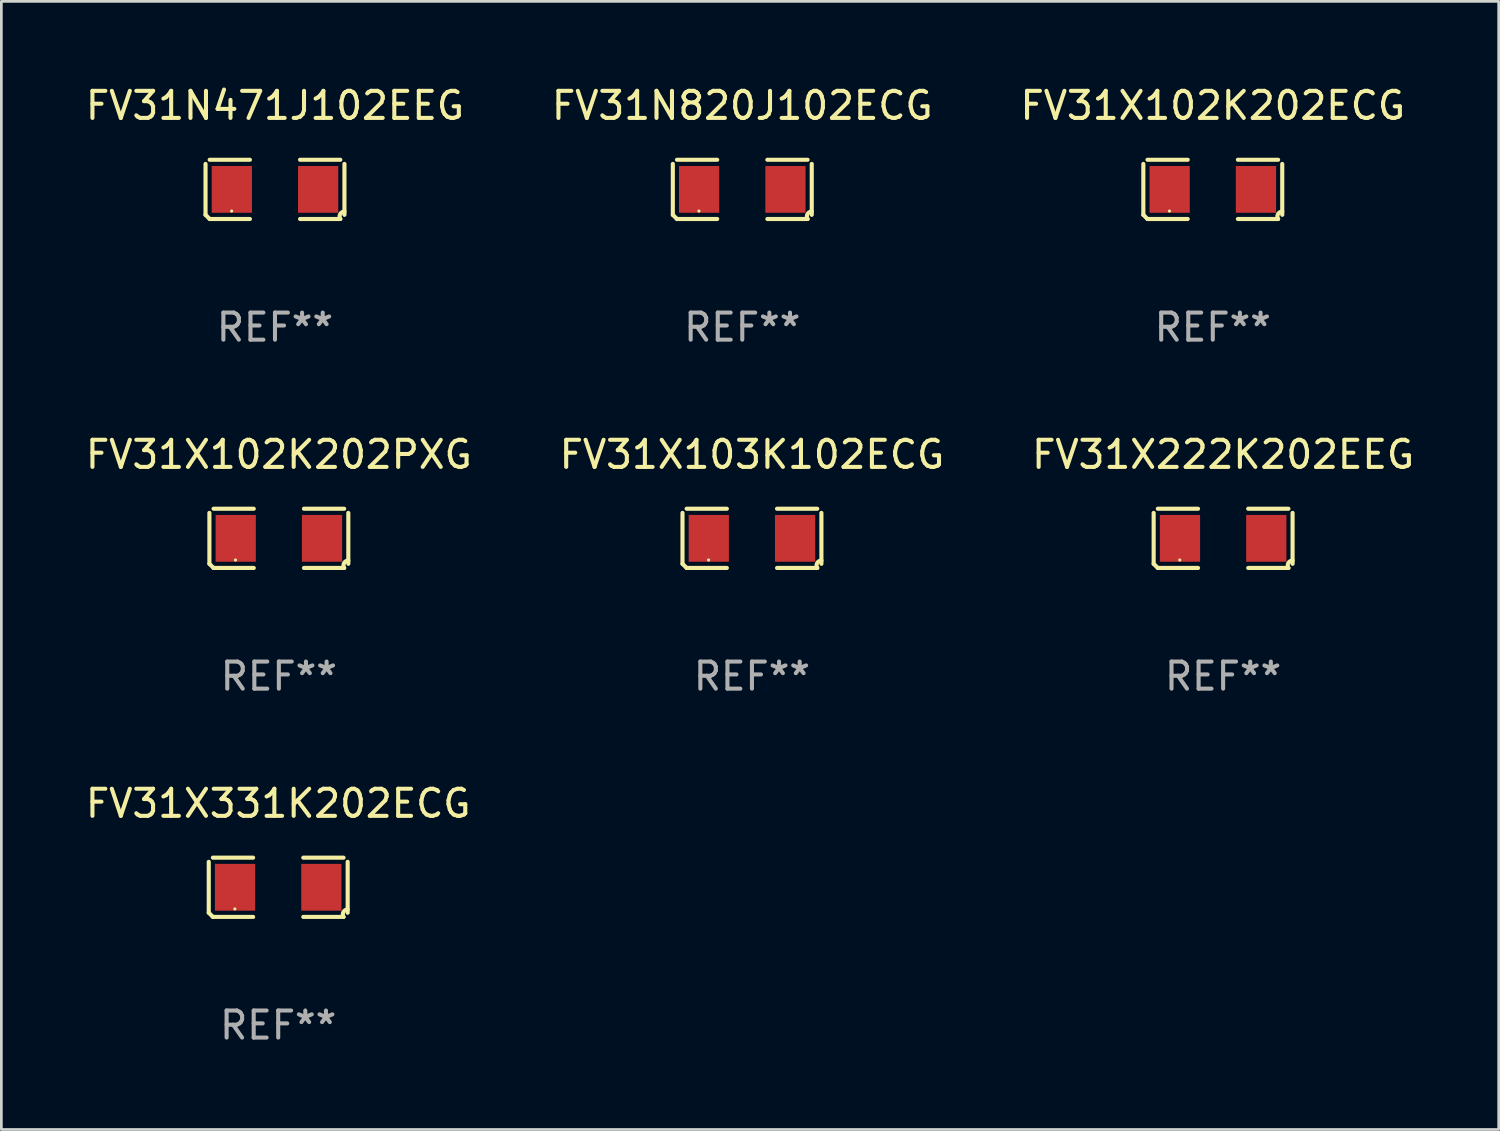
<source format=kicad_pcb>
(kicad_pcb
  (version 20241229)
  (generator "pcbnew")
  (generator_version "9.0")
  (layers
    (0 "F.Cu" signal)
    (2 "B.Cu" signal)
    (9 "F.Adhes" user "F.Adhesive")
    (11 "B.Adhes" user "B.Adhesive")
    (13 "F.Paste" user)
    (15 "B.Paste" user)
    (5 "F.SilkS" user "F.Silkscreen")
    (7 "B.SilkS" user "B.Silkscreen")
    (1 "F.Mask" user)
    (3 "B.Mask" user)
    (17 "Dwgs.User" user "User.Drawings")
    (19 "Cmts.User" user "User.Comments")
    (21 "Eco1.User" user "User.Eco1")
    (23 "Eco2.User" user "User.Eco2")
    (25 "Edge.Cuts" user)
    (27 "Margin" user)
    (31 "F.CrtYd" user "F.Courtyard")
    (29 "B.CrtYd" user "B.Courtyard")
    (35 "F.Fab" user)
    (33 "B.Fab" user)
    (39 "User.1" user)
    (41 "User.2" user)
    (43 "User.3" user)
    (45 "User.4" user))
  (footprint "FV31X103K102ECG"
    (layer "F.Cu")
    (at 24.708 16.823)
    (property "Reference" "FV31X103K102ECG" (at 0 -3.093 0) (layer "F.SilkS") (effects (font (size 1 1) (thickness 0.15))))
    (attr through_hole)
    (fp_line (start -2.564 0.94) (end -2.564 -0.94) (stroke (width 0.152) (type solid)) (layer "F.SilkS"))
    (fp_line (start -2.411 -1.093) (end -0.926 -1.093) (stroke (width 0.152) (type solid)) (layer "F.SilkS"))
    (fp_line (start -0.926 1.093) (end -2.411 1.093) (stroke (width 0.152) (type solid)) (layer "F.SilkS"))
    (fp_line (start 0.926 1.093) (end 2.411 1.093) (stroke (width 0.152) (type solid)) (layer "F.SilkS"))
    (fp_line (start 2.411 -1.093) (end 0.926 -1.093) (stroke (width 0.152) (type solid)) (layer "F.SilkS"))
    (fp_line (start 2.564 0.94) (end 2.564 -0.94) (stroke (width 0.152) (type solid)) (layer "F.SilkS"))
    (fp_arc (start -2.411201 1.092609) (mid -2.487413 1.01642) (end -2.563602 0.940208) (stroke (width 0.1524) (type solid)) (layer "F.SilkS"))
    (fp_arc (start 2.411201 1.092609) (mid 2.407159 0.911226) (end 2.563602 0.819347) (stroke (width 0.1524) (type solid)) (layer "F.SilkS"))
    (fp_circle (center -1.6 0.8) (end -1.57 0.8) (stroke (width 0.06) (type solid)) (fill no) (layer "F.SilkS"))
    (fp_text user "REF**" (at 0 5.093 0) (layer "F.Fab") (effects (font (size 1 1) (thickness 0.15))))
    (pad "1" smd rect (at -1.593 0) (size 1.485 1.728) (layers "F.Cu" "F.Mask" "F.Paste"))
    (pad "2" smd rect (at 1.593 0) (size 1.485 1.728) (layers "F.Cu" "F.Mask" "F.Paste")))
  (footprint "FV31N820J102ECG"
    (layer "F.Cu")
    (at 24.351 3.941)
    (property "Reference" "FV31N820J102ECG" (at 0 -3.093 0) (layer "F.SilkS") (effects (font (size 1 1) (thickness 0.15))))
    (attr through_hole)
    (fp_line (start -2.564 0.94) (end -2.564 -0.94) (stroke (width 0.152) (type solid)) (layer "F.SilkS"))
    (fp_line (start -2.411 -1.093) (end -0.926 -1.093) (stroke (width 0.152) (type solid)) (layer "F.SilkS"))
    (fp_line (start -0.926 1.093) (end -2.411 1.093) (stroke (width 0.152) (type solid)) (layer "F.SilkS"))
    (fp_line (start 0.926 1.093) (end 2.411 1.093) (stroke (width 0.152) (type solid)) (layer "F.SilkS"))
    (fp_line (start 2.411 -1.093) (end 0.926 -1.093) (stroke (width 0.152) (type solid)) (layer "F.SilkS"))
    (fp_line (start 2.564 0.94) (end 2.564 -0.94) (stroke (width 0.152) (type solid)) (layer "F.SilkS"))
    (fp_arc (start -2.411201 1.092609) (mid -2.487413 1.01642) (end -2.563602 0.940208) (stroke (width 0.1524) (type solid)) (layer "F.SilkS"))
    (fp_arc (start 2.411201 1.092609) (mid 2.407159 0.911226) (end 2.563602 0.819347) (stroke (width 0.1524) (type solid)) (layer "F.SilkS"))
    (fp_circle (center -1.6 0.8) (end -1.57 0.8) (stroke (width 0.06) (type solid)) (fill no) (layer "F.SilkS"))
    (fp_text user "REF**" (at 0 5.093 0) (layer "F.Fab") (effects (font (size 1 1) (thickness 0.15))))
    (pad "1" smd rect (at -1.593 0) (size 1.485 1.728) (layers "F.Cu" "F.Mask" "F.Paste"))
    (pad "2" smd rect (at 1.593 0) (size 1.485 1.728) (layers "F.Cu" "F.Mask" "F.Paste")))
  (footprint "FV31X331K202ECG"
    (layer "F.Cu")
    (at 7.22 29.704)
    (property "Reference" "FV31X331K202ECG" (at 0 -3.093 0) (layer "F.SilkS") (effects (font (size 1 1) (thickness 0.15))))
    (attr through_hole)
    (fp_line (start -2.564 0.94) (end -2.564 -0.94) (stroke (width 0.152) (type solid)) (layer "F.SilkS"))
    (fp_line (start -2.411 -1.093) (end -0.926 -1.093) (stroke (width 0.152) (type solid)) (layer "F.SilkS"))
    (fp_line (start -0.926 1.093) (end -2.411 1.093) (stroke (width 0.152) (type solid)) (layer "F.SilkS"))
    (fp_line (start 0.926 1.093) (end 2.411 1.093) (stroke (width 0.152) (type solid)) (layer "F.SilkS"))
    (fp_line (start 2.411 -1.093) (end 0.926 -1.093) (stroke (width 0.152) (type solid)) (layer "F.SilkS"))
    (fp_line (start 2.564 0.94) (end 2.564 -0.94) (stroke (width 0.152) (type solid)) (layer "F.SilkS"))
    (fp_arc (start -2.411201 1.092609) (mid -2.487413 1.01642) (end -2.563602 0.940208) (stroke (width 0.1524) (type solid)) (layer "F.SilkS"))
    (fp_arc (start 2.411201 1.092609) (mid 2.407159 0.911226) (end 2.563602 0.819347) (stroke (width 0.1524) (type solid)) (layer "F.SilkS"))
    (fp_circle (center -1.6 0.8) (end -1.57 0.8) (stroke (width 0.06) (type solid)) (fill no) (layer "F.SilkS"))
    (fp_text user "REF**" (at 0 5.093 0) (layer "F.Fab") (effects (font (size 1 1) (thickness 0.15))))
    (pad "1" smd rect (at -1.593 0) (size 1.485 1.728) (layers "F.Cu" "F.Mask" "F.Paste"))
    (pad "2" smd rect (at 1.593 0) (size 1.485 1.728) (layers "F.Cu" "F.Mask" "F.Paste")))
  (footprint "FV31N471J102EEG"
    (layer "F.Cu")
    (at 7.101 3.941)
    (property "Reference" "FV31N471J102EEG" (at 0 -3.093 0) (layer "F.SilkS") (effects (font (size 1 1) (thickness 0.15))))
    (attr through_hole)
    (fp_line (start -2.564 0.94) (end -2.564 -0.94) (stroke (width 0.152) (type solid)) (layer "F.SilkS"))
    (fp_line (start -2.411 -1.093) (end -0.926 -1.093) (stroke (width 0.152) (type solid)) (layer "F.SilkS"))
    (fp_line (start -0.926 1.093) (end -2.411 1.093) (stroke (width 0.152) (type solid)) (layer "F.SilkS"))
    (fp_line (start 0.926 1.093) (end 2.411 1.093) (stroke (width 0.152) (type solid)) (layer "F.SilkS"))
    (fp_line (start 2.411 -1.093) (end 0.926 -1.093) (stroke (width 0.152) (type solid)) (layer "F.SilkS"))
    (fp_line (start 2.564 0.94) (end 2.564 -0.94) (stroke (width 0.152) (type solid)) (layer "F.SilkS"))
    (fp_arc (start -2.411201 1.092609) (mid -2.487413 1.01642) (end -2.563602 0.940208) (stroke (width 0.1524) (type solid)) (layer "F.SilkS"))
    (fp_arc (start 2.411201 1.092609) (mid 2.407159 0.911226) (end 2.563602 0.819347) (stroke (width 0.1524) (type solid)) (layer "F.SilkS"))
    (fp_circle (center -1.6 0.8) (end -1.57 0.8) (stroke (width 0.06) (type solid)) (fill no) (layer "F.SilkS"))
    (fp_text user "REF**" (at 0 5.093 0) (layer "F.Fab") (effects (font (size 1 1) (thickness 0.15))))
    (pad "1" smd rect (at -1.593 0) (size 1.485 1.728) (layers "F.Cu" "F.Mask" "F.Paste"))
    (pad "2" smd rect (at 1.593 0) (size 1.485 1.728) (layers "F.Cu" "F.Mask" "F.Paste")))
  (footprint "FV31X222K202EEG"
    (layer "F.Cu")
    (at 42.101 16.823)
    (property "Reference" "FV31X222K202EEG" (at 0 -3.093 0) (layer "F.SilkS") (effects (font (size 1 1) (thickness 0.15))))
    (attr through_hole)
    (fp_line (start -2.564 0.94) (end -2.564 -0.94) (stroke (width 0.152) (type solid)) (layer "F.SilkS"))
    (fp_line (start -2.411 -1.093) (end -0.926 -1.093) (stroke (width 0.152) (type solid)) (layer "F.SilkS"))
    (fp_line (start -0.926 1.093) (end -2.411 1.093) (stroke (width 0.152) (type solid)) (layer "F.SilkS"))
    (fp_line (start 0.926 1.093) (end 2.411 1.093) (stroke (width 0.152) (type solid)) (layer "F.SilkS"))
    (fp_line (start 2.411 -1.093) (end 0.926 -1.093) (stroke (width 0.152) (type solid)) (layer "F.SilkS"))
    (fp_line (start 2.564 0.94) (end 2.564 -0.94) (stroke (width 0.152) (type solid)) (layer "F.SilkS"))
    (fp_arc (start -2.411201 1.092609) (mid -2.487413 1.01642) (end -2.563602 0.940208) (stroke (width 0.1524) (type solid)) (layer "F.SilkS"))
    (fp_arc (start 2.411201 1.092609) (mid 2.407159 0.911226) (end 2.563602 0.819347) (stroke (width 0.1524) (type solid)) (layer "F.SilkS"))
    (fp_circle (center -1.6 0.8) (end -1.57 0.8) (stroke (width 0.06) (type solid)) (fill no) (layer "F.SilkS"))
    (fp_text user "REF**" (at 0 5.093 0) (layer "F.Fab") (effects (font (size 1 1) (thickness 0.15))))
    (pad "1" smd rect (at -1.593 0) (size 1.485 1.728) (layers "F.Cu" "F.Mask" "F.Paste"))
    (pad "2" smd rect (at 1.593 0) (size 1.485 1.728) (layers "F.Cu" "F.Mask" "F.Paste")))
  (footprint "FV31X102K202PXG"
    (layer "F.Cu")
    (at 7.244 16.823)
    (property "Reference" "FV31X102K202PXG" (at 0 -3.093 0) (layer "F.SilkS") (effects (font (size 1 1) (thickness 0.15))))
    (attr through_hole)
    (fp_line (start -2.564 0.94) (end -2.564 -0.94) (stroke (width 0.152) (type solid)) (layer "F.SilkS"))
    (fp_line (start -2.411 -1.093) (end -0.926 -1.093) (stroke (width 0.152) (type solid)) (layer "F.SilkS"))
    (fp_line (start -0.926 1.093) (end -2.411 1.093) (stroke (width 0.152) (type solid)) (layer "F.SilkS"))
    (fp_line (start 0.926 1.093) (end 2.411 1.093) (stroke (width 0.152) (type solid)) (layer "F.SilkS"))
    (fp_line (start 2.411 -1.093) (end 0.926 -1.093) (stroke (width 0.152) (type solid)) (layer "F.SilkS"))
    (fp_line (start 2.564 0.94) (end 2.564 -0.94) (stroke (width 0.152) (type solid)) (layer "F.SilkS"))
    (fp_arc (start -2.411201 1.092609) (mid -2.487413 1.01642) (end -2.563602 0.940208) (stroke (width 0.1524) (type solid)) (layer "F.SilkS"))
    (fp_arc (start 2.411201 1.092609) (mid 2.407159 0.911226) (end 2.563602 0.819347) (stroke (width 0.1524) (type solid)) (layer "F.SilkS"))
    (fp_circle (center -1.6 0.8) (end -1.57 0.8) (stroke (width 0.06) (type solid)) (fill no) (layer "F.SilkS"))
    (fp_text user "REF**" (at 0 5.093 0) (layer "F.Fab") (effects (font (size 1 1) (thickness 0.15))))
    (pad "1" smd rect (at -1.593 0) (size 1.485 1.728) (layers "F.Cu" "F.Mask" "F.Paste"))
    (pad "2" smd rect (at 1.593 0) (size 1.485 1.728) (layers "F.Cu" "F.Mask" "F.Paste")))
  (footprint "FV31X102K202ECG"
    (layer "F.Cu")
    (at 41.72 3.941)
    (property "Reference" "FV31X102K202ECG" (at 0 -3.093 0) (layer "F.SilkS") (effects (font (size 1 1) (thickness 0.15))))
    (attr through_hole)
    (fp_line (start -2.564 0.94) (end -2.564 -0.94) (stroke (width 0.152) (type solid)) (layer "F.SilkS"))
    (fp_line (start -2.411 -1.093) (end -0.926 -1.093) (stroke (width 0.152) (type solid)) (layer "F.SilkS"))
    (fp_line (start -0.926 1.093) (end -2.411 1.093) (stroke (width 0.152) (type solid)) (layer "F.SilkS"))
    (fp_line (start 0.926 1.093) (end 2.411 1.093) (stroke (width 0.152) (type solid)) (layer "F.SilkS"))
    (fp_line (start 2.411 -1.093) (end 0.926 -1.093) (stroke (width 0.152) (type solid)) (layer "F.SilkS"))
    (fp_line (start 2.564 0.94) (end 2.564 -0.94) (stroke (width 0.152) (type solid)) (layer "F.SilkS"))
    (fp_arc (start -2.411201 1.092609) (mid -2.487413 1.01642) (end -2.563602 0.940208) (stroke (width 0.1524) (type solid)) (layer "F.SilkS"))
    (fp_arc (start 2.411201 1.092609) (mid 2.407159 0.911226) (end 2.563602 0.819347) (stroke (width 0.1524) (type solid)) (layer "F.SilkS"))
    (fp_circle (center -1.6 0.8) (end -1.57 0.8) (stroke (width 0.06) (type solid)) (fill no) (layer "F.SilkS"))
    (fp_text user "REF**" (at 0 5.093 0) (layer "F.Fab") (effects (font (size 1 1) (thickness 0.15))))
    (pad "1" smd rect (at -1.593 0) (size 1.485 1.728) (layers "F.Cu" "F.Mask" "F.Paste"))
    (pad "2" smd rect (at 1.593 0) (size 1.485 1.728) (layers "F.Cu" "F.Mask" "F.Paste")))
  (gr_rect
    (start -3 -3)
    (end 52.274 38.645)
    (stroke (width 0.1) (type default))
    (fill no)
    (layer "Edge.Cuts")))
</source>
